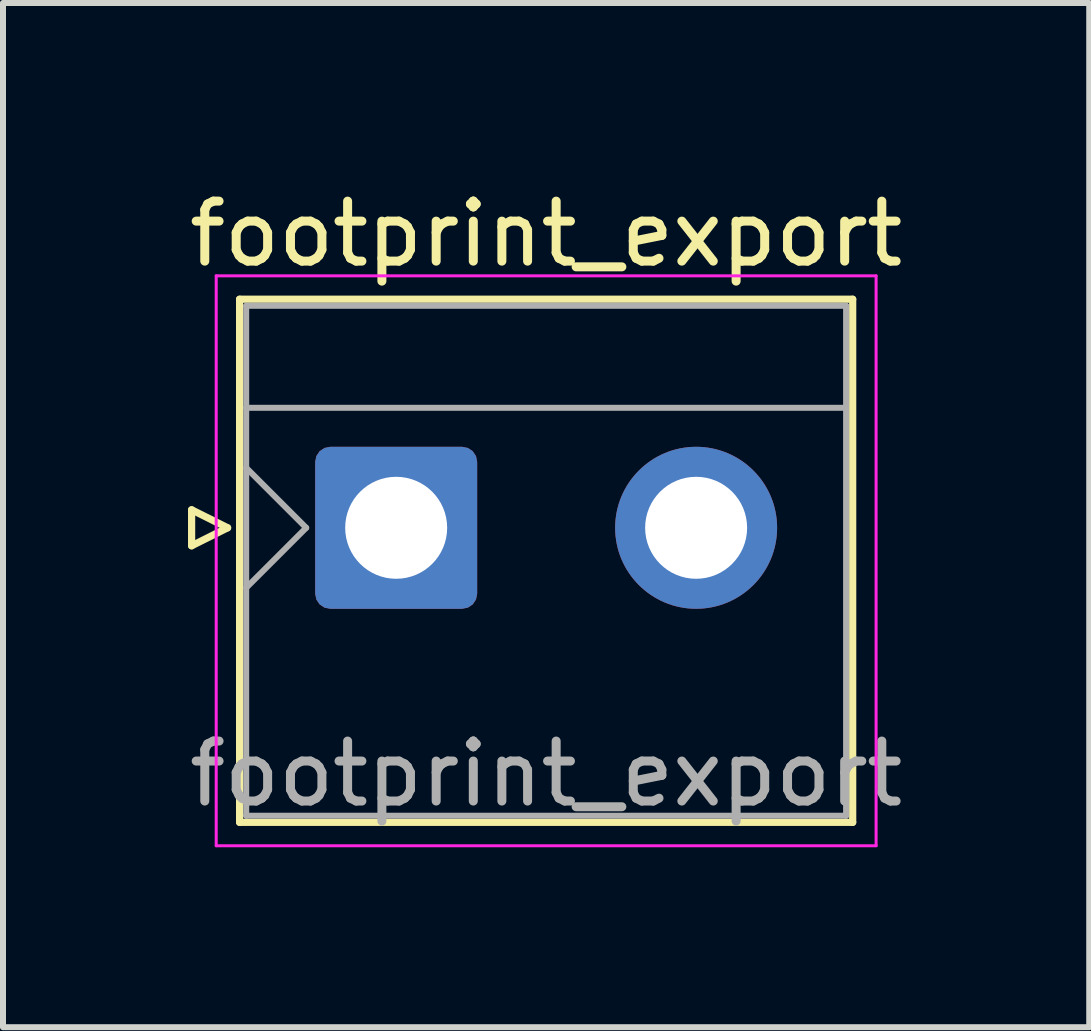
<source format=kicad_pcb>
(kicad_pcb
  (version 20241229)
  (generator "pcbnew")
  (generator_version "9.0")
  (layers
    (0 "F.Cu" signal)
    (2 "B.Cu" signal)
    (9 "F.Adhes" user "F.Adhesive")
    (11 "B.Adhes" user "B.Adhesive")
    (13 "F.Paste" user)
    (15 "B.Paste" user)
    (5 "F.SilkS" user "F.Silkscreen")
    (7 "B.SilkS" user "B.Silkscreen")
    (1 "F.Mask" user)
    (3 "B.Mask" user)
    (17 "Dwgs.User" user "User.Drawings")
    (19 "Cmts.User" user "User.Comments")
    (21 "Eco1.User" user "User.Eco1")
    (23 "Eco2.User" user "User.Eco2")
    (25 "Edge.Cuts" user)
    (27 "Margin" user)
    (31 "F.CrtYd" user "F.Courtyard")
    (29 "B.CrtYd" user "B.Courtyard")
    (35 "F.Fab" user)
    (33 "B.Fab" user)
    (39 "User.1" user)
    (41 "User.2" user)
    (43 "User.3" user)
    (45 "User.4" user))
  (footprint "footprint_export"
    (layer "F.Cu")
    (at 3.554 5.748)
    (property "Reference" "footprint_export" (at 2.5 -4.9 0) (layer "F.SilkS") (effects (font (size 1 1) (thickness 0.15))))
    (attr through_hole)
    (fp_line (start -3.41 -0.3) (end -2.81 0) (stroke (width 0.12) (type solid)) (layer "F.SilkS"))
    (fp_line (start -3.41 0.3) (end -3.41 -0.3) (stroke (width 0.12) (type solid)) (layer "F.SilkS"))
    (fp_line (start -2.81 0) (end -3.41 0.3) (stroke (width 0.12) (type solid)) (layer "F.SilkS"))
    (fp_line (start -2.61 -3.81) (end -2.61 4.91) (stroke (width 0.12) (type solid)) (layer "F.SilkS"))
    (fp_line (start -2.61 4.91) (end 7.61 4.91) (stroke (width 0.12) (type solid)) (layer "F.SilkS"))
    (fp_line (start 7.61 -3.81) (end -2.61 -3.81) (stroke (width 0.12) (type solid)) (layer "F.SilkS"))
    (fp_line (start 7.61 4.91) (end 7.61 -3.81) (stroke (width 0.12) (type solid)) (layer "F.SilkS"))
    (fp_line (start -3 -4.2) (end -3 5.3) (stroke (width 0.05) (type solid)) (layer "F.CrtYd"))
    (fp_line (start -3 5.3) (end 8 5.3) (stroke (width 0.05) (type solid)) (layer "F.CrtYd"))
    (fp_line (start 8 -4.2) (end -3 -4.2) (stroke (width 0.05) (type solid)) (layer "F.CrtYd"))
    (fp_line (start 8 5.3) (end 8 -4.2) (stroke (width 0.05) (type solid)) (layer "F.CrtYd"))
    (fp_line (start -2.5 -3.7) (end -2.5 4.8) (stroke (width 0.1) (type solid)) (layer "F.Fab"))
    (fp_line (start -2.5 -2) (end 7.5 -2) (stroke (width 0.1) (type solid)) (layer "F.Fab"))
    (fp_line (start -2.5 -1) (end -1.5 0) (stroke (width 0.1) (type solid)) (layer "F.Fab"))
    (fp_line (start -2.5 1) (end -1.5 0) (stroke (width 0.1) (type solid)) (layer "F.Fab"))
    (fp_line (start -2.5 4.8) (end 7.5 4.8) (stroke (width 0.1) (type solid)) (layer "F.Fab"))
    (fp_line (start 7.5 -3.7) (end -2.5 -3.7) (stroke (width 0.1) (type solid)) (layer "F.Fab"))
    (fp_line (start 7.5 4.8) (end 7.5 -3.7) (stroke (width 0.1) (type solid)) (layer "F.Fab"))
    (fp_text user "${REFERENCE}" (at 2.5 4.1 0) (layer "F.Fab") (effects (font (size 1 1) (thickness 0.15))))
    (pad "1" thru_hole roundrect (at 0 0) (size 2.7 2.7) (drill 1.7) (layers "*.Cu" "*.Mask") (roundrect_rratio 0.093))
    (pad "2" thru_hole circle (at 5 0) (size 2.7 2.7) (drill 1.7) (layers "*.Cu" "*.Mask")))
  (gr_rect
    (start -3 -3)
    (end 15.107 14.073)
    (stroke (width 0.1) (type default))
    (fill no)
    (layer "Edge.Cuts")))
</source>
